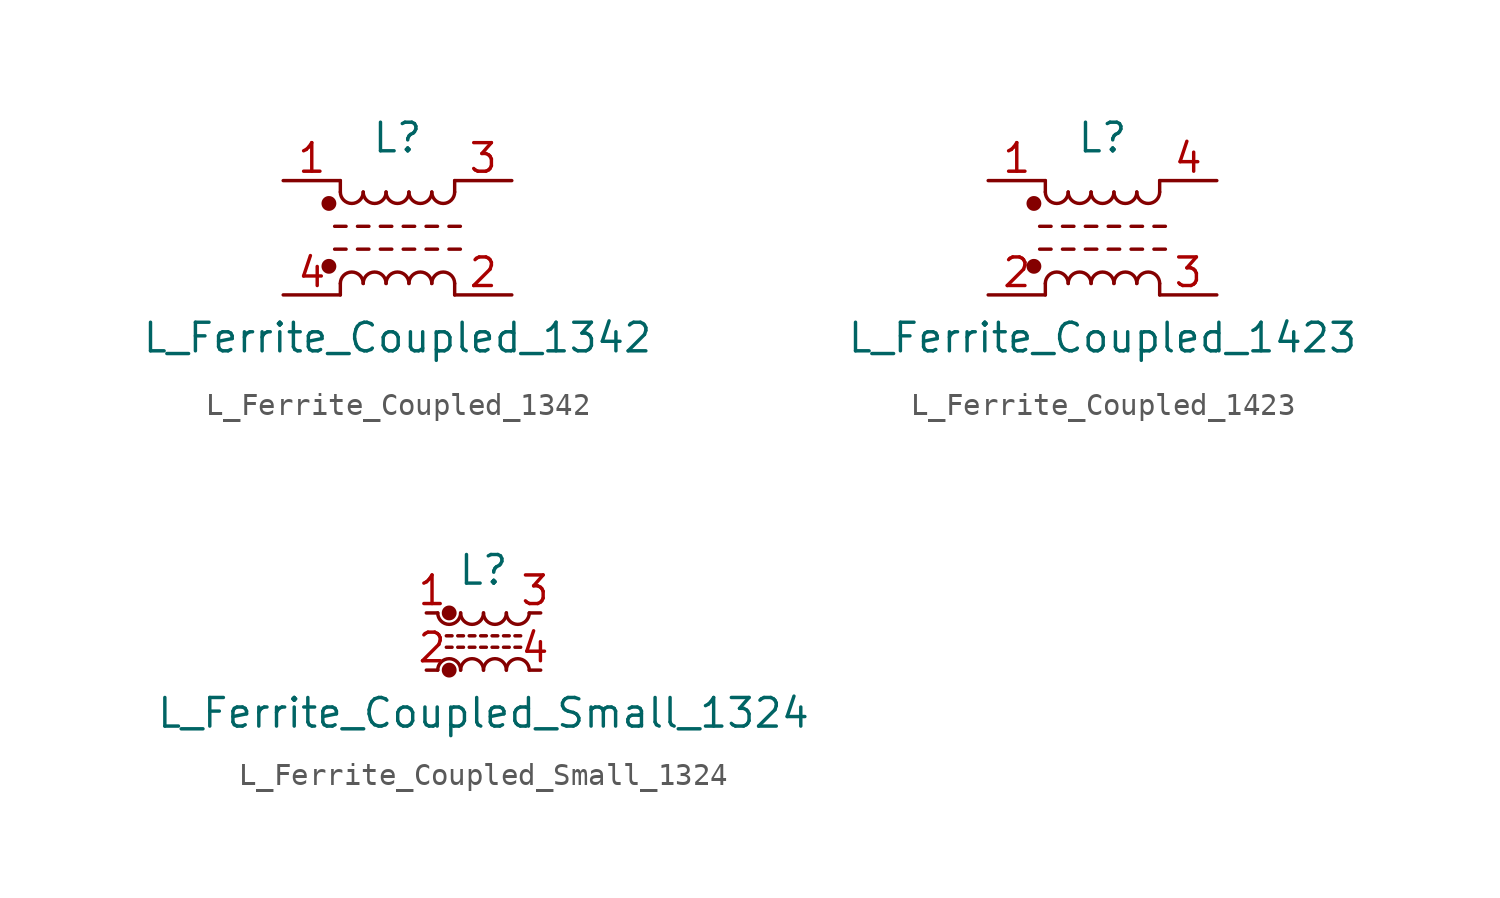
<source format=kicad_sym>
(kicad_symbol_lib
  (version 20211014)
  (generator kicad_symbol_editor)
  (symbol "L_Ferrite_Coupled_1342"
    (pin_names
      (offset 0.254) hide)
    (property "Reference" "L"
      (at 0 4.445 0)
      (effects (font (size 1.27 1.27))))
    (property "Value" "L_Ferrite_Coupled_1342"
      (at 0 -4.445 0)
      (effects (font (size 1.27 1.27))))
    (symbol "L_Ferrite_Coupled_1342_0_1"
      (circle (center -3.048 -1.27) (radius 0.254) (stroke (width 0) (type default) (color 0 0 0 0)) (fill (type outline)))
      (circle (center -3.048 1.524) (radius 0.254) (stroke (width 0) (type default) (color 0 0 0 0)) (fill (type outline)))
      (arc (start -2.54 2.032) (mid -2.032 1.524) (end -1.524 2.032) (stroke (width 0) (type default) (color 0 0 0 0)) (fill (type none)))
      (arc (start -1.524 -2.032) (mid -2.032 -1.524) (end -2.54 -2.032) (stroke (width 0) (type default) (color 0 0 0 0)) (fill (type none)))
      (arc (start -1.524 2.032) (mid -1.016 1.524) (end -0.508 2.032) (stroke (width 0) (type default) (color 0 0 0 0)) (fill (type none)))
      (arc (start -0.508 -2.032) (mid -1.016 -1.524) (end -1.524 -2.032) (stroke (width 0) (type default) (color 0 0 0 0)) (fill (type none)))
      (arc (start -0.508 2.032) (mid 0 1.524) (end 0.508 2.032) (stroke (width 0) (type default) (color 0 0 0 0)) (fill (type none)))
      (polyline (pts (xy -2.794 -0.508) (xy -2.286 -0.508)) (stroke (width 0) (type default) (color 0 0 0 0)) (fill (type none)))
      (polyline (pts (xy -2.794 0.508) (xy -2.286 0.508)) (stroke (width 0) (type default) (color 0 0 0 0)) (fill (type none)))
      (polyline (pts (xy -2.54 -2.032) (xy -2.54 -2.54)) (stroke (width 0) (type default) (color 0 0 0 0)) (fill (type none)))
      (polyline (pts (xy -2.54 2.032) (xy -2.54 2.54)) (stroke (width 0) (type default) (color 0 0 0 0)) (fill (type none)))
      (polyline (pts (xy -1.778 -0.508) (xy -1.27 -0.508)) (stroke (width 0) (type default) (color 0 0 0 0)) (fill (type none)))
      (polyline (pts (xy -1.778 0.508) (xy -1.27 0.508)) (stroke (width 0) (type default) (color 0 0 0 0)) (fill (type none)))
      (polyline (pts (xy -0.762 -0.508) (xy -0.254 -0.508)) (stroke (width 0) (type default) (color 0 0 0 0)) (fill (type none)))
      (polyline (pts (xy -0.762 0.508) (xy -0.254 0.508)) (stroke (width 0) (type default) (color 0 0 0 0)) (fill (type none)))
      (polyline (pts (xy 0.254 -0.508) (xy 0.762 -0.508)) (stroke (width 0) (type default) (color 0 0 0 0)) (fill (type none)))
      (polyline (pts (xy 0.254 0.508) (xy 0.762 0.508)) (stroke (width 0) (type default) (color 0 0 0 0)) (fill (type none)))
      (polyline (pts (xy 1.27 -0.508) (xy 1.778 -0.508)) (stroke (width 0) (type default) (color 0 0 0 0)) (fill (type none)))
      (polyline (pts (xy 1.27 0.508) (xy 1.778 0.508)) (stroke (width 0) (type default) (color 0 0 0 0)) (fill (type none)))
      (polyline (pts (xy 2.286 -0.508) (xy 2.794 -0.508)) (stroke (width 0) (type default) (color 0 0 0 0)) (fill (type none)))
      (polyline (pts (xy 2.286 0.508) (xy 2.794 0.508)) (stroke (width 0) (type default) (color 0 0 0 0)) (fill (type none)))
      (polyline (pts (xy 2.54 -2.032) (xy 2.54 -2.54)) (stroke (width 0) (type default) (color 0 0 0 0)) (fill (type none)))
      (polyline (pts (xy 2.54 2.54) (xy 2.54 2.032)) (stroke (width 0) (type default) (color 0 0 0 0)) (fill (type none)))
      (arc (start 0.508 -2.032) (mid 0 -1.524) (end -0.508 -2.032) (stroke (width 0) (type default) (color 0 0 0 0)) (fill (type none)))
      (arc (start 0.508 2.032) (mid 1.016 1.524) (end 1.524 2.032) (stroke (width 0) (type default) (color 0 0 0 0)) (fill (type none)))
      (arc (start 1.524 -2.032) (mid 1.016 -1.524) (end 0.508 -2.032) (stroke (width 0) (type default) (color 0 0 0 0)) (fill (type none)))
      (arc (start 1.524 2.032) (mid 2.032 1.524) (end 2.54 2.032) (stroke (width 0) (type default) (color 0 0 0 0)) (fill (type none)))
      (arc (start 2.54 -2.032) (mid 2.032 -1.524) (end 1.524 -2.032) (stroke (width 0) (type default) (color 0 0 0 0)) (fill (type none))))
    (symbol "L_Ferrite_Coupled_1342_1_1"
      (pin passive line (at -5.08 2.54 0) (length 2.54) (name "1" (effects (font (size 1.27 1.27)))) (number "1" (effects (font (size 1.27 1.27)))))
      (pin passive line (at 5.08 -2.54 180) (length 2.54) (name "2" (effects (font (size 1.27 1.27)))) (number "2" (effects (font (size 1.27 1.27)))))
      (pin passive line (at 5.08 2.54 180) (length 2.54) (name "3" (effects (font (size 1.27 1.27)))) (number "3" (effects (font (size 1.27 1.27)))))
      (pin passive line (at -5.08 -2.54 0) (length 2.54) (name "4" (effects (font (size 1.27 1.27)))) (number "4" (effects (font (size 1.27 1.27)))))))
  (symbol "L_Ferrite_Coupled_1423"
    (pin_names
      (offset 0.254) hide)
    (property "Reference" "L"
      (at 0 4.445 0)
      (effects (font (size 1.27 1.27))))
    (property "Value" "L_Ferrite_Coupled_1423"
      (at 0 -4.445 0)
      (effects (font (size 1.27 1.27))))
    (symbol "L_Ferrite_Coupled_1423_0_1"
      (circle (center -3.048 -1.27) (radius 0.254) (stroke (width 0) (type default) (color 0 0 0 0)) (fill (type outline)))
      (circle (center -3.048 1.524) (radius 0.254) (stroke (width 0) (type default) (color 0 0 0 0)) (fill (type outline)))
      (arc (start -2.54 2.032) (mid -2.032 1.524) (end -1.524 2.032) (stroke (width 0) (type default) (color 0 0 0 0)) (fill (type none)))
      (arc (start -1.524 -2.032) (mid -2.032 -1.524) (end -2.54 -2.032) (stroke (width 0) (type default) (color 0 0 0 0)) (fill (type none)))
      (arc (start -1.524 2.032) (mid -1.016 1.524) (end -0.508 2.032) (stroke (width 0) (type default) (color 0 0 0 0)) (fill (type none)))
      (arc (start -0.508 -2.032) (mid -1.016 -1.524) (end -1.524 -2.032) (stroke (width 0) (type default) (color 0 0 0 0)) (fill (type none)))
      (arc (start -0.508 2.032) (mid 0 1.524) (end 0.508 2.032) (stroke (width 0) (type default) (color 0 0 0 0)) (fill (type none)))
      (polyline (pts (xy -2.794 -0.508) (xy -2.286 -0.508)) (stroke (width 0) (type default) (color 0 0 0 0)) (fill (type none)))
      (polyline (pts (xy -2.794 0.508) (xy -2.286 0.508)) (stroke (width 0) (type default) (color 0 0 0 0)) (fill (type none)))
      (polyline (pts (xy -2.54 -2.032) (xy -2.54 -2.54)) (stroke (width 0) (type default) (color 0 0 0 0)) (fill (type none)))
      (polyline (pts (xy -2.54 2.032) (xy -2.54 2.54)) (stroke (width 0) (type default) (color 0 0 0 0)) (fill (type none)))
      (polyline (pts (xy -1.778 -0.508) (xy -1.27 -0.508)) (stroke (width 0) (type default) (color 0 0 0 0)) (fill (type none)))
      (polyline (pts (xy -1.778 0.508) (xy -1.27 0.508)) (stroke (width 0) (type default) (color 0 0 0 0)) (fill (type none)))
      (polyline (pts (xy -0.762 -0.508) (xy -0.254 -0.508)) (stroke (width 0) (type default) (color 0 0 0 0)) (fill (type none)))
      (polyline (pts (xy -0.762 0.508) (xy -0.254 0.508)) (stroke (width 0) (type default) (color 0 0 0 0)) (fill (type none)))
      (polyline (pts (xy 0.254 -0.508) (xy 0.762 -0.508)) (stroke (width 0) (type default) (color 0 0 0 0)) (fill (type none)))
      (polyline (pts (xy 0.254 0.508) (xy 0.762 0.508)) (stroke (width 0) (type default) (color 0 0 0 0)) (fill (type none)))
      (polyline (pts (xy 1.27 -0.508) (xy 1.778 -0.508)) (stroke (width 0) (type default) (color 0 0 0 0)) (fill (type none)))
      (polyline (pts (xy 1.27 0.508) (xy 1.778 0.508)) (stroke (width 0) (type default) (color 0 0 0 0)) (fill (type none)))
      (polyline (pts (xy 2.286 -0.508) (xy 2.794 -0.508)) (stroke (width 0) (type default) (color 0 0 0 0)) (fill (type none)))
      (polyline (pts (xy 2.286 0.508) (xy 2.794 0.508)) (stroke (width 0) (type default) (color 0 0 0 0)) (fill (type none)))
      (polyline (pts (xy 2.54 -2.032) (xy 2.54 -2.54)) (stroke (width 0) (type default) (color 0 0 0 0)) (fill (type none)))
      (polyline (pts (xy 2.54 2.54) (xy 2.54 2.032)) (stroke (width 0) (type default) (color 0 0 0 0)) (fill (type none)))
      (arc (start 0.508 -2.032) (mid 0 -1.524) (end -0.508 -2.032) (stroke (width 0) (type default) (color 0 0 0 0)) (fill (type none)))
      (arc (start 0.508 2.032) (mid 1.016 1.524) (end 1.524 2.032) (stroke (width 0) (type default) (color 0 0 0 0)) (fill (type none)))
      (arc (start 1.524 -2.032) (mid 1.016 -1.524) (end 0.508 -2.032) (stroke (width 0) (type default) (color 0 0 0 0)) (fill (type none)))
      (arc (start 1.524 2.032) (mid 2.032 1.524) (end 2.54 2.032) (stroke (width 0) (type default) (color 0 0 0 0)) (fill (type none)))
      (arc (start 2.54 -2.032) (mid 2.032 -1.524) (end 1.524 -2.032) (stroke (width 0) (type default) (color 0 0 0 0)) (fill (type none))))
    (symbol "L_Ferrite_Coupled_1423_1_1"
      (pin passive line (at -5.08 2.54 0) (length 2.54) (name "1" (effects (font (size 1.27 1.27)))) (number "1" (effects (font (size 1.27 1.27)))))
      (pin passive line (at -5.08 -2.54 0) (length 2.54) (name "2" (effects (font (size 1.27 1.27)))) (number "2" (effects (font (size 1.27 1.27)))))
      (pin passive line (at 5.08 -2.54 180) (length 2.54) (name "3" (effects (font (size 1.27 1.27)))) (number "3" (effects (font (size 1.27 1.27)))))
      (pin passive line (at 5.08 2.54 180) (length 2.54) (name "4" (effects (font (size 1.27 1.27)))) (number "4" (effects (font (size 1.27 1.27)))))))
  (symbol "L_Ferrite_Coupled_Small_1324"
    (pin_names
      (offset 0.254) hide)
    (property "Reference" "L"
      (at 0 3.175 0)
      (effects (font (size 1.27 1.27))))
    (property "Value" "L_Ferrite_Coupled_Small_1324"
      (at 0 -3.175 0)
      (effects (font (size 1.27 1.27))))
    (symbol "L_Ferrite_Coupled_Small_1324_0_1"
      (arc (start -2.032 1.27) (mid -1.524 0.762) (end -1.016 1.27) (stroke (width 0) (type default) (color 0 0 0 0)) (fill (type none)))
      (circle (center -1.524 -1.27) (radius 0.254) (stroke (width 0) (type default) (color 0 0 0 0)) (fill (type outline)))
      (circle (center -1.524 1.27) (radius 0.254) (stroke (width 0) (type default) (color 0 0 0 0)) (fill (type outline)))
      (arc (start -1.016 -1.27) (mid -1.524 -0.762) (end -2.032 -1.27) (stroke (width 0) (type default) (color 0 0 0 0)) (fill (type none)))
      (arc (start -1.016 1.27) (mid -0.508 0.762) (end 0 1.27) (stroke (width 0) (type default) (color 0 0 0 0)) (fill (type none)))
      (arc (start 0 -1.27) (mid -0.508 -0.762) (end -1.016 -1.27) (stroke (width 0) (type default) (color 0 0 0 0)) (fill (type none)))
      (polyline (pts (xy -1.651 0.254) (xy -1.397 0.254)) (stroke (width 0) (type default) (color 0 0 0 0)) (fill (type none)))
      (polyline (pts (xy -1.397 -0.254) (xy -1.651 -0.254)) (stroke (width 0) (type default) (color 0 0 0 0)) (fill (type none)))
      (polyline (pts (xy -1.143 0.254) (xy -0.889 0.254)) (stroke (width 0) (type default) (color 0 0 0 0)) (fill (type none)))
      (polyline (pts (xy -0.889 -0.254) (xy -1.143 -0.254)) (stroke (width 0) (type default) (color 0 0 0 0)) (fill (type none)))
      (polyline (pts (xy -0.635 0.254) (xy -0.381 0.254)) (stroke (width 0) (type default) (color 0 0 0 0)) (fill (type none)))
      (polyline (pts (xy -0.381 -0.254) (xy -0.635 -0.254)) (stroke (width 0) (type default) (color 0 0 0 0)) (fill (type none)))
      (polyline (pts (xy -0.127 0.254) (xy 0.127 0.254)) (stroke (width 0) (type default) (color 0 0 0 0)) (fill (type none)))
      (polyline (pts (xy 0.127 -0.254) (xy -0.127 -0.254)) (stroke (width 0) (type default) (color 0 0 0 0)) (fill (type none)))
      (polyline (pts (xy 0.381 0.254) (xy 0.635 0.254)) (stroke (width 0) (type default) (color 0 0 0 0)) (fill (type none)))
      (polyline (pts (xy 0.635 -0.254) (xy 0.381 -0.254)) (stroke (width 0) (type default) (color 0 0 0 0)) (fill (type none)))
      (polyline (pts (xy 0.889 0.254) (xy 1.143 0.254)) (stroke (width 0) (type default) (color 0 0 0 0)) (fill (type none)))
      (polyline (pts (xy 1.143 -0.254) (xy 0.889 -0.254)) (stroke (width 0) (type default) (color 0 0 0 0)) (fill (type none)))
      (polyline (pts (xy 1.397 0.254) (xy 1.651 0.254)) (stroke (width 0) (type default) (color 0 0 0 0)) (fill (type none)))
      (polyline (pts (xy 1.651 -0.254) (xy 1.397 -0.254)) (stroke (width 0) (type default) (color 0 0 0 0)) (fill (type none)))
      (arc (start 0 1.27) (mid 0.508 0.762) (end 1.016 1.27) (stroke (width 0) (type default) (color 0 0 0 0)) (fill (type none)))
      (arc (start 1.016 -1.27) (mid 0.508 -0.762) (end 0 -1.27) (stroke (width 0) (type default) (color 0 0 0 0)) (fill (type none)))
      (arc (start 1.016 1.27) (mid 1.524 0.762) (end 2.032 1.27) (stroke (width 0) (type default) (color 0 0 0 0)) (fill (type none)))
      (arc (start 2.032 -1.27) (mid 1.524 -0.762) (end 1.016 -1.27) (stroke (width 0) (type default) (color 0 0 0 0)) (fill (type none))))
    (symbol "L_Ferrite_Coupled_Small_1324_1_1"
      (pin passive line (at -2.54 1.27 0) (length 0.508) (name "1" (effects (font (size 1.27 1.27)))) (number "1" (effects (font (size 1.27 1.27)))))
      (pin passive line (at -2.54 -1.27 0) (length 0.508) (name "2" (effects (font (size 1.27 1.27)))) (number "2" (effects (font (size 1.27 1.27)))))
      (pin passive line (at 2.54 1.27 180) (length 0.508) (name "3" (effects (font (size 1.27 1.27)))) (number "3" (effects (font (size 1.27 1.27)))))
      (pin passive line (at 2.54 -1.27 180) (length 0.508) (name "4" (effects (font (size 1.27 1.27)))) (number "4" (effects (font (size 1.27 1.27))))))))
</source>
